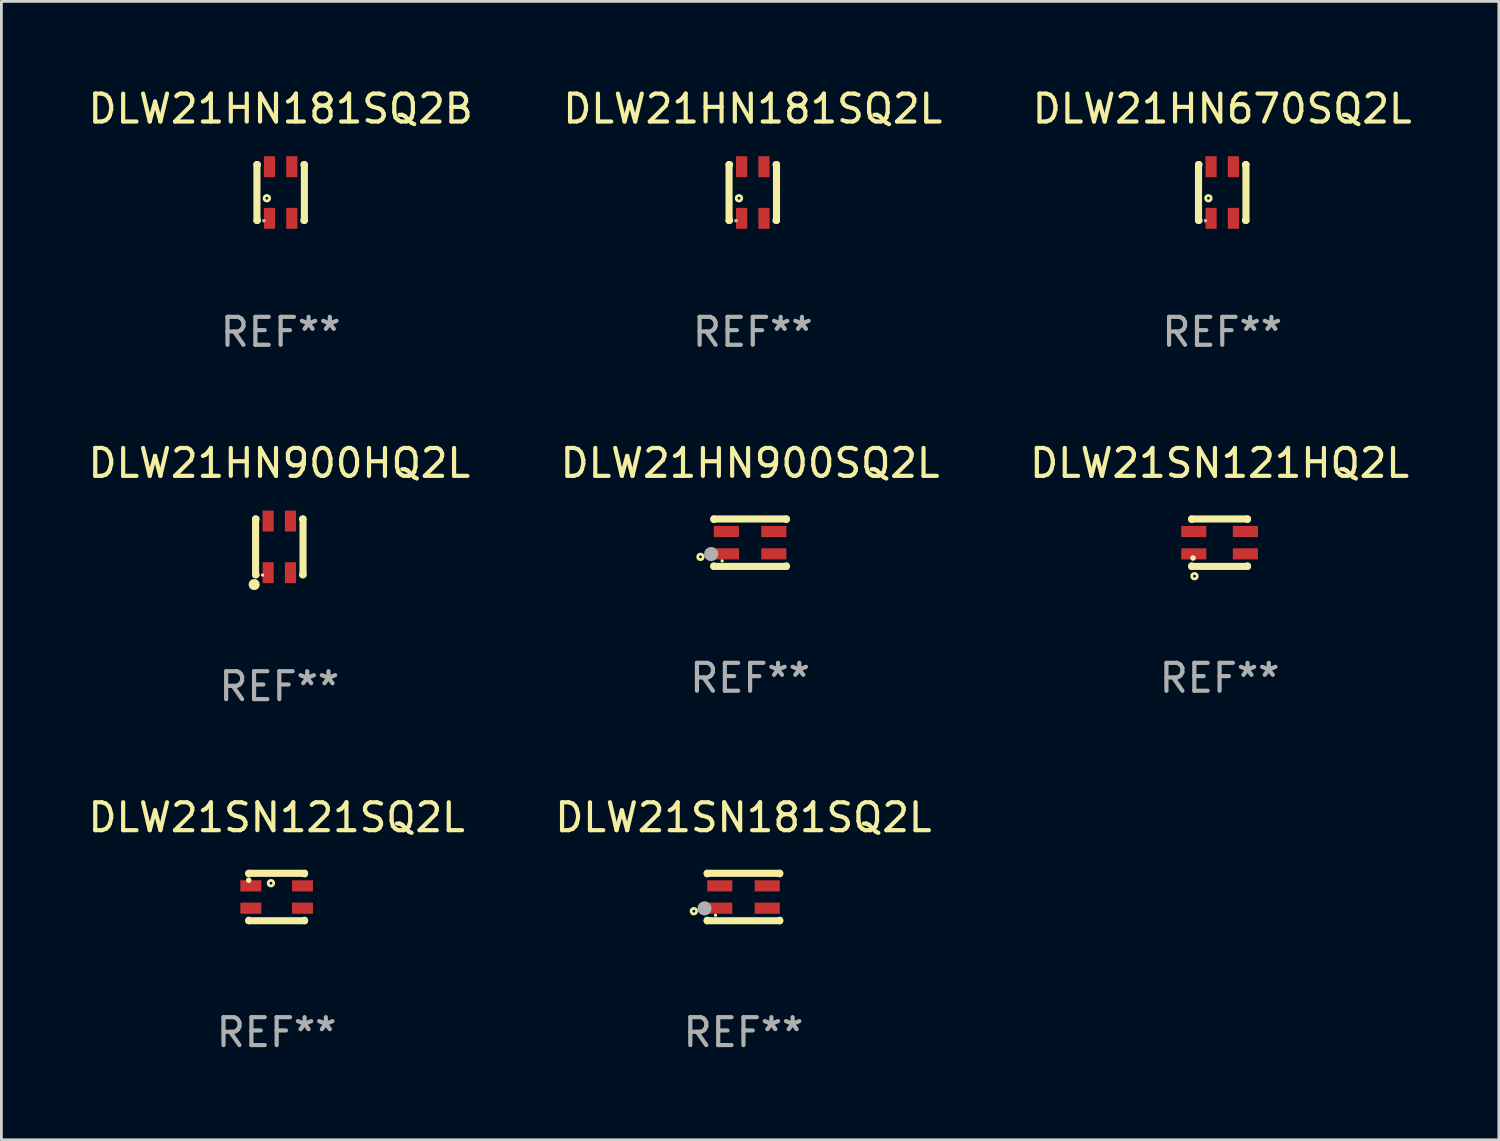
<source format=kicad_pcb>
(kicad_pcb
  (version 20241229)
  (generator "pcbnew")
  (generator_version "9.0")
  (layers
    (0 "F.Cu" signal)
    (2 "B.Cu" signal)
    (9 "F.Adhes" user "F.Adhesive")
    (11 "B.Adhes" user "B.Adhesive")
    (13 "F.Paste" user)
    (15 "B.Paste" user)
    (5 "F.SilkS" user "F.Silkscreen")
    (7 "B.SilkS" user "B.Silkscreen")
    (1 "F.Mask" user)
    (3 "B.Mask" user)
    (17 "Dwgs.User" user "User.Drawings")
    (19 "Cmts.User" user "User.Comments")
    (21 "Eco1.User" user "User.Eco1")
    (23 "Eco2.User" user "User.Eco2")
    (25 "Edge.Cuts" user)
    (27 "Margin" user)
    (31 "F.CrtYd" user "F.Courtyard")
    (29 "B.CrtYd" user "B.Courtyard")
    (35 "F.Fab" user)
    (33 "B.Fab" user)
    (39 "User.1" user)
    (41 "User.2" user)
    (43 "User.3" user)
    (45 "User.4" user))
  (footprint "DLW21SN121SQ2L"
    (layer "F.Cu")
    (at 6.863 29.091)
    (property "Reference" "DLW21SN121SQ2L" (at 0 -2.85 0) (layer "F.SilkS") (effects (font (size 1 1) (thickness 0.15))))
    (attr through_hole)
    (fp_line (start -1 -0.85) (end -1 -0.831) (stroke (width 0.254) (type solid)) (layer "F.SilkS"))
    (fp_line (start -1 -0.85) (end 1 -0.85) (stroke (width 0.254) (type solid)) (layer "F.SilkS"))
    (fp_line (start -1 0.831) (end -1 0.85) (stroke (width 0.254) (type solid)) (layer "F.SilkS"))
    (fp_line (start -1 0.85) (end 1 0.85) (stroke (width 0.254) (type solid)) (layer "F.SilkS"))
    (fp_line (start 1 -0.85) (end 1 -0.831) (stroke (width 0.254) (type solid)) (layer "F.SilkS"))
    (fp_line (start 1 0.831) (end 1 0.85) (stroke (width 0.254) (type solid)) (layer "F.SilkS"))
    (fp_circle (center -1 -0.6) (end -0.95 -0.6) (stroke (width 0.1) (type solid)) (fill no) (layer "F.SilkS"))
    (fp_circle (center -0.205 -0.495) (end -0.105 -0.495) (stroke (width 0.1) (type solid)) (fill no) (layer "F.SilkS"))
    (fp_text user "REF**" (at 0 4.85 0) (layer "F.Fab") (effects (font (size 1 1) (thickness 0.15))))
    (pad "1" smd rect (at -0.925 -0.4) (size 0.75 0.4) (layers "F.Cu" "F.Mask" "F.Paste"))
    (pad "2" smd rect (at 0.925 -0.4) (size 0.75 0.4) (layers "F.Cu" "F.Mask" "F.Paste"))
    (pad "3" smd rect (at 0.925 0.4) (size 0.75 0.4) (layers "F.Cu" "F.Mask" "F.Paste"))
    (pad "4" smd rect (at -0.925 0.4) (size 0.75 0.4) (layers "F.Cu" "F.Mask" "F.Paste")))
  (footprint "DLW21HN181SQ2B"
    (layer "F.Cu")
    (at 7.006 3.848)
    (property "Reference" "DLW21HN181SQ2B" (at 0 -3 0) (layer "F.SilkS") (effects (font (size 1 1) (thickness 0.15))))
    (attr through_hole)
    (fp_line (start -0.85 -1) (end -0.831 -1) (stroke (width 0.254) (type solid)) (layer "F.SilkS"))
    (fp_line (start -0.85 1) (end -0.85 -1) (stroke (width 0.254) (type solid)) (layer "F.SilkS"))
    (fp_line (start -0.85 1) (end -0.831 1) (stroke (width 0.254) (type solid)) (layer "F.SilkS"))
    (fp_line (start 0.831 -1) (end 0.85 -1) (stroke (width 0.254) (type solid)) (layer "F.SilkS"))
    (fp_line (start 0.831 1) (end 0.85 1) (stroke (width 0.254) (type solid)) (layer "F.SilkS"))
    (fp_line (start 0.85 1) (end 0.85 -1) (stroke (width 0.254) (type solid)) (layer "F.SilkS"))
    (fp_circle (center -0.6 1.01) (end -0.57 1.01) (stroke (width 0.06) (type solid)) (fill no) (layer "F.SilkS"))
    (fp_circle (center -0.495 0.205) (end -0.395 0.205) (stroke (width 0.1) (type solid)) (fill no) (layer "F.SilkS"))
    (fp_circle (center -0.6 1.01) (end -0.57 1.01) (stroke (width 0.06) (type solid)) (fill no) (layer "F.Fab"))
    (fp_text user "REF**" (at 0 5 0) (layer "F.Fab") (effects (font (size 1 1) (thickness 0.15))))
    (pad "1" smd rect (at -0.4 0.925 90) (size 0.75 0.4) (layers "F.Cu" "F.Mask" "F.Paste"))
    (pad "2" smd rect (at -0.4 -0.925 90) (size 0.75 0.4) (layers "F.Cu" "F.Mask" "F.Paste"))
    (pad "3" smd rect (at 0.4 -0.925 90) (size 0.75 0.4) (layers "F.Cu" "F.Mask" "F.Paste"))
    (pad "4" smd rect (at 0.4 0.925 90) (size 0.75 0.4) (layers "F.Cu" "F.Mask" "F.Paste")))
  (footprint "DLW21HN900SQ2L"
    (layer "F.Cu")
    (at 23.827 16.395)
    (property "Reference" "DLW21HN900SQ2L" (at 0 -2.85 0) (layer "F.SilkS") (effects (font (size 1 1) (thickness 0.15))))
    (attr through_hole)
    (fp_line (start -1.3 -0.85) (end 1.3 -0.85) (stroke (width 0.254) (type solid)) (layer "F.SilkS"))
    (fp_line (start -1.3 -0.831) (end -1.3 -0.85) (stroke (width 0.254) (type solid)) (layer "F.SilkS"))
    (fp_line (start -1.3 0.85) (end -1.3 0.831) (stroke (width 0.254) (type solid)) (layer "F.SilkS"))
    (fp_line (start -1.3 0.85) (end 1.3 0.85) (stroke (width 0.254) (type solid)) (layer "F.SilkS"))
    (fp_line (start 1.3 -0.831) (end 1.3 -0.85) (stroke (width 0.254) (type solid)) (layer "F.SilkS"))
    (fp_line (start 1.3 0.85) (end 1.3 0.831) (stroke (width 0.254) (type solid)) (layer "F.SilkS"))
    (fp_circle (center -1.778 0.508) (end -1.678 0.508) (stroke (width 0.1) (type solid)) (fill no) (layer "F.SilkS"))
    (fp_circle (center -1.002 0.653) (end -0.972 0.653) (stroke (width 0.06) (type solid)) (fill no) (layer "F.SilkS"))
    (fp_circle (center -1.396 0.407) (end -1.269 0.407) (stroke (width 0.254) (type solid)) (fill no) (layer "F.Fab"))
    (fp_text user "REF**" (at 0 4.85 0) (layer "F.Fab") (effects (font (size 1 1) (thickness 0.15))))
    (pad "1" smd rect (at -0.85 0.4 90) (size 0.4 0.9) (layers "F.Cu" "F.Mask" "F.Paste"))
    (pad "2" smd rect (at 0.85 0.4 90) (size 0.4 0.9) (layers "F.Cu" "F.Mask" "F.Paste"))
    (pad "3" smd rect (at 0.85 -0.4 90) (size 0.4 0.9) (layers "F.Cu" "F.Mask" "F.Paste"))
    (pad "4" smd rect (at -0.85 -0.4 90) (size 0.4 0.9) (layers "F.Cu" "F.Mask" "F.Paste")))
  (footprint "DLW21HN900HQ2L"
    (layer "F.Cu")
    (at 6.958 16.545)
    (property "Reference" "DLW21HN900HQ2L" (at 0 -3 0) (layer "F.SilkS") (effects (font (size 1 1) (thickness 0.15))))
    (attr through_hole)
    (fp_line (start -0.85 -1) (end -0.831 -1) (stroke (width 0.254) (type solid)) (layer "F.SilkS"))
    (fp_line (start -0.85 1) (end -0.85 -1) (stroke (width 0.254) (type solid)) (layer "F.SilkS"))
    (fp_line (start -0.85 1) (end -0.831 1) (stroke (width 0.254) (type solid)) (layer "F.SilkS"))
    (fp_line (start 0.831 -1) (end 0.85 -1) (stroke (width 0.254) (type solid)) (layer "F.SilkS"))
    (fp_line (start 0.831 1) (end 0.85 1) (stroke (width 0.254) (type solid)) (layer "F.SilkS"))
    (fp_line (start 0.85 1) (end 0.85 -1) (stroke (width 0.254) (type solid)) (layer "F.SilkS"))
    (fp_circle (center -0.9 1.35) (end -0.8 1.35) (stroke (width 0.2) (type solid)) (fill no) (layer "F.SilkS"))
    (fp_circle (center -0.6 1.01) (end -0.57 1.01) (stroke (width 0.06) (type solid)) (fill no) (layer "F.SilkS"))
    (fp_text user "REF**" (at 0 5 0) (layer "F.Fab") (effects (font (size 1 1) (thickness 0.15))))
    (pad "1" smd rect (at -0.4 0.925 90) (size 0.75 0.4) (layers "F.Cu" "F.Mask" "F.Paste"))
    (pad "2" smd rect (at -0.4 -0.925 90) (size 0.75 0.4) (layers "F.Cu" "F.Mask" "F.Paste"))
    (pad "3" smd rect (at 0.4 -0.925 90) (size 0.75 0.4) (layers "F.Cu" "F.Mask" "F.Paste"))
    (pad "4" smd rect (at 0.4 0.925 90) (size 0.75 0.4) (layers "F.Cu" "F.Mask" "F.Paste")))
  (footprint "DLW21SN121HQ2L"
    (layer "F.Cu")
    (at 40.649 16.395)
    (property "Reference" "DLW21SN121HQ2L" (at 0 -2.85 0) (layer "F.SilkS") (effects (font (size 1 1) (thickness 0.15))))
    (attr through_hole)
    (fp_line (start -1 -0.831) (end -1 -0.85) (stroke (width 0.254) (type solid)) (layer "F.SilkS"))
    (fp_line (start -1 0.85) (end -1 0.831) (stroke (width 0.254) (type solid)) (layer "F.SilkS"))
    (fp_line (start 1 -0.85) (end -1 -0.85) (stroke (width 0.254) (type solid)) (layer "F.SilkS"))
    (fp_line (start 1 -0.831) (end 1 -0.85) (stroke (width 0.254) (type solid)) (layer "F.SilkS"))
    (fp_line (start 1 0.85) (end -1 0.85) (stroke (width 0.254) (type solid)) (layer "F.SilkS"))
    (fp_line (start 1 0.85) (end 1 0.831) (stroke (width 0.254) (type solid)) (layer "F.SilkS"))
    (fp_circle (center -0.95 0.55) (end -0.9 0.55) (stroke (width 0.1) (type solid)) (fill no) (layer "F.SilkS"))
    (fp_circle (center -0.9 1.2) (end -0.8 1.2) (stroke (width 0.1) (type solid)) (fill no) (layer "F.SilkS"))
    (fp_text user "REF**" (at 0 4.85 0) (layer "F.Fab") (effects (font (size 1 1) (thickness 0.15))))
    (pad "1" smd rect (at -0.925 0.4 180) (size 0.9 0.4) (layers "F.Cu" "F.Mask" "F.Paste"))
    (pad "2" smd rect (at 0.925 0.4 180) (size 0.9 0.4) (layers "F.Cu" "F.Mask" "F.Paste"))
    (pad "3" smd rect (at 0.925 -0.4 180) (size 0.9 0.4) (layers "F.Cu" "F.Mask" "F.Paste"))
    (pad "4" smd rect (at -0.925 -0.4 180) (size 0.9 0.4) (layers "F.Cu" "F.Mask" "F.Paste")))
  (footprint "DLW21SN181SQ2L"
    (layer "F.Cu")
    (at 23.589 29.091)
    (property "Reference" "DLW21SN181SQ2L" (at 0 -2.85 0) (layer "F.SilkS") (effects (font (size 1 1) (thickness 0.15))))
    (attr through_hole)
    (fp_line (start -1.3 -0.85) (end 1.3 -0.85) (stroke (width 0.254) (type solid)) (layer "F.SilkS"))
    (fp_line (start -1.3 -0.831) (end -1.3 -0.85) (stroke (width 0.254) (type solid)) (layer "F.SilkS"))
    (fp_line (start -1.3 0.85) (end -1.3 0.831) (stroke (width 0.254) (type solid)) (layer "F.SilkS"))
    (fp_line (start -1.3 0.85) (end 1.3 0.85) (stroke (width 0.254) (type solid)) (layer "F.SilkS"))
    (fp_line (start 1.3 -0.831) (end 1.3 -0.85) (stroke (width 0.254) (type solid)) (layer "F.SilkS"))
    (fp_line (start 1.3 0.85) (end 1.3 0.831) (stroke (width 0.254) (type solid)) (layer "F.SilkS"))
    (fp_circle (center -1.778 0.508) (end -1.678 0.508) (stroke (width 0.1) (type solid)) (fill no) (layer "F.SilkS"))
    (fp_circle (center -1.002 0.653) (end -0.972 0.653) (stroke (width 0.06) (type solid)) (fill no) (layer "F.SilkS"))
    (fp_circle (center -1.396 0.407) (end -1.269 0.407) (stroke (width 0.254) (type solid)) (fill no) (layer "F.Fab"))
    (fp_text user "REF**" (at 0 4.85 0) (layer "F.Fab") (effects (font (size 1 1) (thickness 0.15))))
    (pad "1" smd rect (at -0.85 0.4 90) (size 0.4 0.9) (layers "F.Cu" "F.Mask" "F.Paste"))
    (pad "2" smd rect (at 0.85 0.4 90) (size 0.4 0.9) (layers "F.Cu" "F.Mask" "F.Paste"))
    (pad "3" smd rect (at 0.85 -0.4 90) (size 0.4 0.9) (layers "F.Cu" "F.Mask" "F.Paste"))
    (pad "4" smd rect (at -0.85 -0.4 90) (size 0.4 0.9) (layers "F.Cu" "F.Mask" "F.Paste")))
  (footprint "DLW21HN181SQ2L"
    (layer "F.Cu")
    (at 23.923 3.848)
    (property "Reference" "DLW21HN181SQ2L" (at 0 -3 0) (layer "F.SilkS") (effects (font (size 1 1) (thickness 0.15))))
    (attr through_hole)
    (fp_line (start -0.85 -1) (end -0.831 -1) (stroke (width 0.254) (type solid)) (layer "F.SilkS"))
    (fp_line (start -0.85 1) (end -0.85 -1) (stroke (width 0.254) (type solid)) (layer "F.SilkS"))
    (fp_line (start -0.85 1) (end -0.831 1) (stroke (width 0.254) (type solid)) (layer "F.SilkS"))
    (fp_line (start 0.831 -1) (end 0.85 -1) (stroke (width 0.254) (type solid)) (layer "F.SilkS"))
    (fp_line (start 0.831 1) (end 0.85 1) (stroke (width 0.254) (type solid)) (layer "F.SilkS"))
    (fp_line (start 0.85 1) (end 0.85 -1) (stroke (width 0.254) (type solid)) (layer "F.SilkS"))
    (fp_circle (center -0.6 1.01) (end -0.57 1.01) (stroke (width 0.06) (type solid)) (fill no) (layer "F.SilkS"))
    (fp_circle (center -0.495 0.205) (end -0.395 0.205) (stroke (width 0.1) (type solid)) (fill no) (layer "F.SilkS"))
    (fp_circle (center -0.6 1.01) (end -0.57 1.01) (stroke (width 0.06) (type solid)) (fill no) (layer "F.Fab"))
    (fp_text user "REF**" (at 0 5 0) (layer "F.Fab") (effects (font (size 1 1) (thickness 0.15))))
    (pad "1" smd rect (at -0.4 0.925 90) (size 0.75 0.4) (layers "F.Cu" "F.Mask" "F.Paste"))
    (pad "2" smd rect (at -0.4 -0.925 90) (size 0.75 0.4) (layers "F.Cu" "F.Mask" "F.Paste"))
    (pad "3" smd rect (at 0.4 -0.925 90) (size 0.75 0.4) (layers "F.Cu" "F.Mask" "F.Paste"))
    (pad "4" smd rect (at 0.4 0.925 90) (size 0.75 0.4) (layers "F.Cu" "F.Mask" "F.Paste")))
  (footprint "DLW21HN670SQ2L"
    (layer "F.Cu")
    (at 40.744 3.848)
    (property "Reference" "DLW21HN670SQ2L" (at 0 -3 0) (layer "F.SilkS") (effects (font (size 1 1) (thickness 0.15))))
    (attr through_hole)
    (fp_line (start -0.85 -1) (end -0.831 -1) (stroke (width 0.254) (type solid)) (layer "F.SilkS"))
    (fp_line (start -0.85 1) (end -0.85 -1) (stroke (width 0.254) (type solid)) (layer "F.SilkS"))
    (fp_line (start -0.85 1) (end -0.831 1) (stroke (width 0.254) (type solid)) (layer "F.SilkS"))
    (fp_line (start 0.831 -1) (end 0.85 -1) (stroke (width 0.254) (type solid)) (layer "F.SilkS"))
    (fp_line (start 0.831 1) (end 0.85 1) (stroke (width 0.254) (type solid)) (layer "F.SilkS"))
    (fp_line (start 0.85 1) (end 0.85 -1) (stroke (width 0.254) (type solid)) (layer "F.SilkS"))
    (fp_circle (center -0.6 1.01) (end -0.57 1.01) (stroke (width 0.06) (type solid)) (fill no) (layer "F.SilkS"))
    (fp_circle (center -0.495 0.205) (end -0.395 0.205) (stroke (width 0.1) (type solid)) (fill no) (layer "F.SilkS"))
    (fp_circle (center -0.6 1.01) (end -0.57 1.01) (stroke (width 0.06) (type solid)) (fill no) (layer "F.Fab"))
    (fp_text user "REF**" (at 0 5 0) (layer "F.Fab") (effects (font (size 1 1) (thickness 0.15))))
    (pad "1" smd rect (at -0.4 0.925 90) (size 0.75 0.4) (layers "F.Cu" "F.Mask" "F.Paste"))
    (pad "2" smd rect (at -0.4 -0.925 90) (size 0.75 0.4) (layers "F.Cu" "F.Mask" "F.Paste"))
    (pad "3" smd rect (at 0.4 -0.925 90) (size 0.75 0.4) (layers "F.Cu" "F.Mask" "F.Paste"))
    (pad "4" smd rect (at 0.4 0.925 90) (size 0.75 0.4) (layers "F.Cu" "F.Mask" "F.Paste")))
  (gr_rect
    (start -3 -3)
    (end 50.655 37.789)
    (stroke (width 0.1) (type default))
    (fill no)
    (layer "Edge.Cuts")))
</source>
